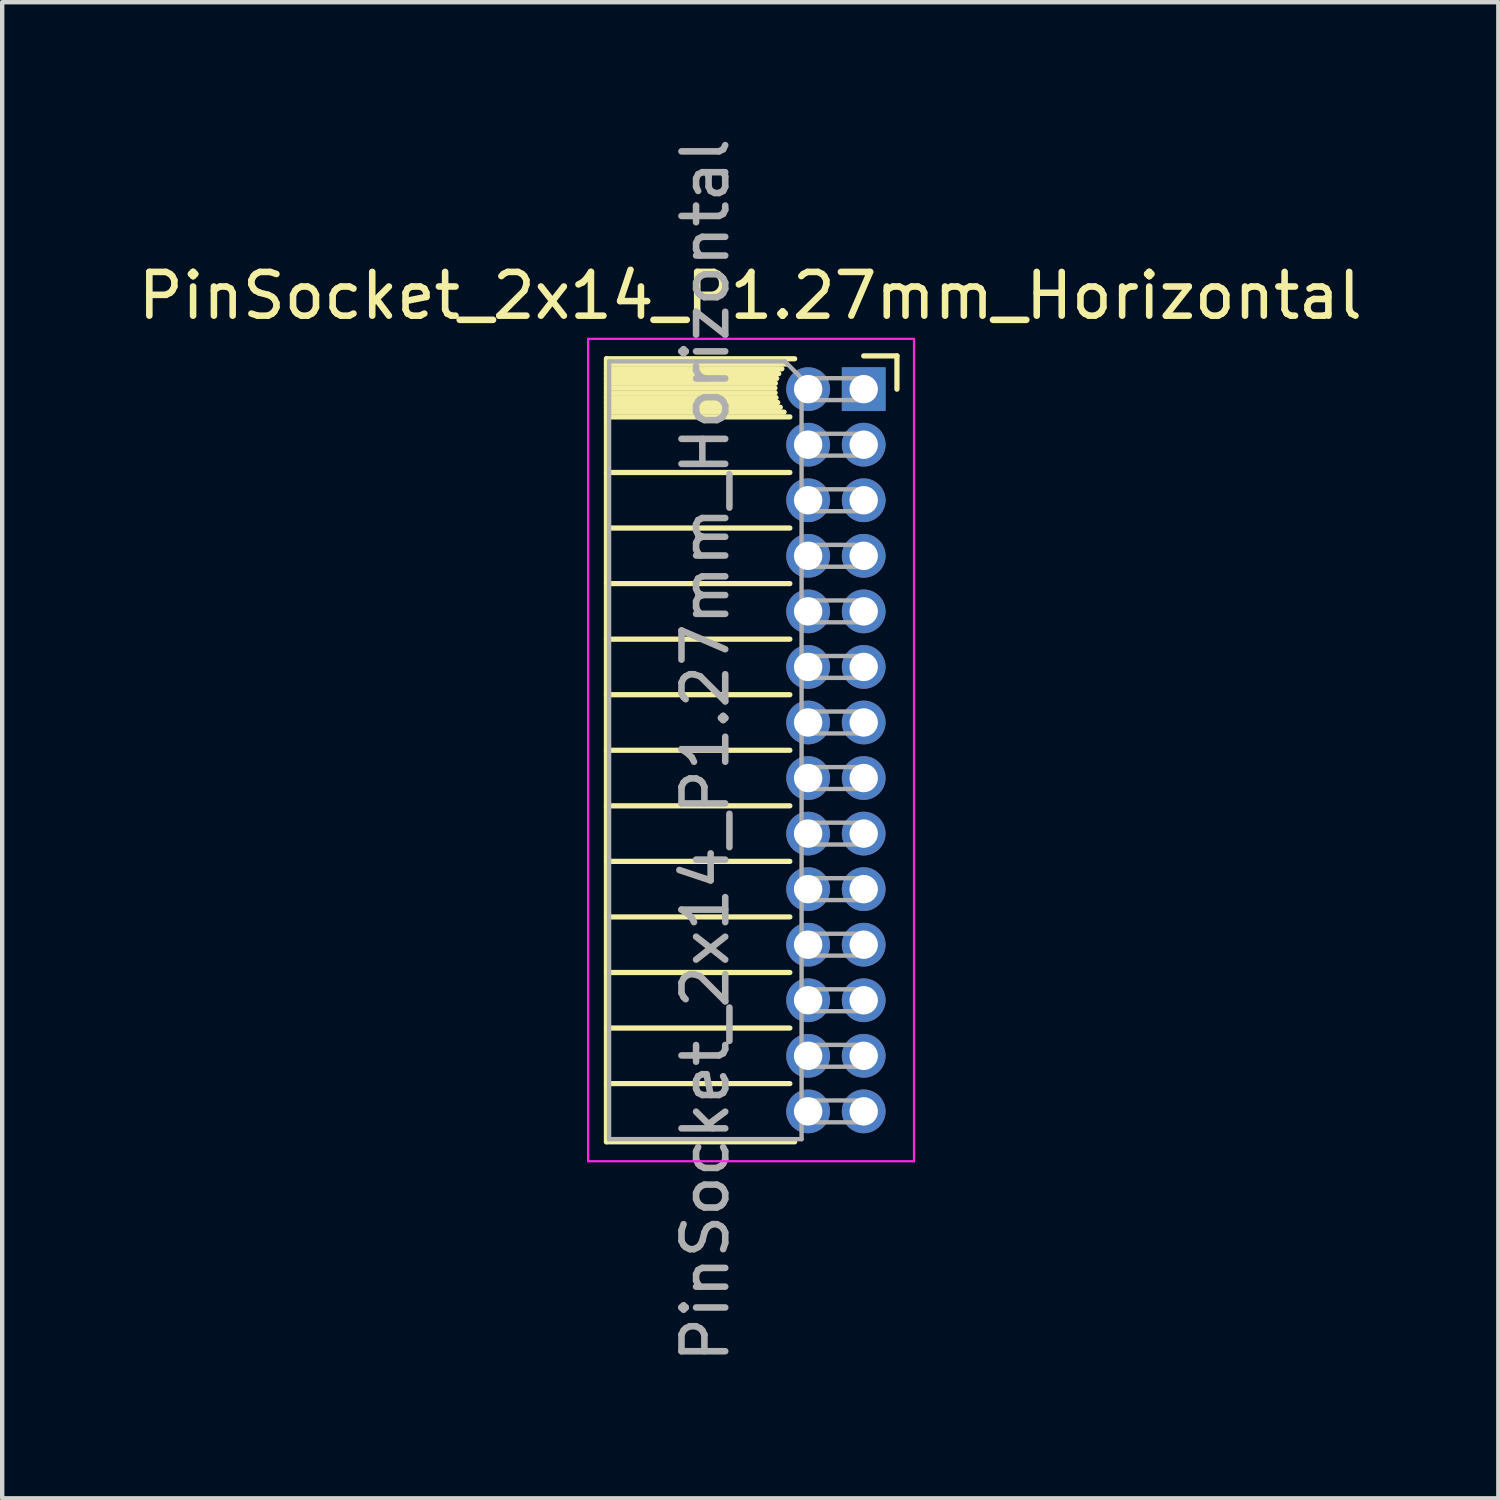
<source format=kicad_pcb>
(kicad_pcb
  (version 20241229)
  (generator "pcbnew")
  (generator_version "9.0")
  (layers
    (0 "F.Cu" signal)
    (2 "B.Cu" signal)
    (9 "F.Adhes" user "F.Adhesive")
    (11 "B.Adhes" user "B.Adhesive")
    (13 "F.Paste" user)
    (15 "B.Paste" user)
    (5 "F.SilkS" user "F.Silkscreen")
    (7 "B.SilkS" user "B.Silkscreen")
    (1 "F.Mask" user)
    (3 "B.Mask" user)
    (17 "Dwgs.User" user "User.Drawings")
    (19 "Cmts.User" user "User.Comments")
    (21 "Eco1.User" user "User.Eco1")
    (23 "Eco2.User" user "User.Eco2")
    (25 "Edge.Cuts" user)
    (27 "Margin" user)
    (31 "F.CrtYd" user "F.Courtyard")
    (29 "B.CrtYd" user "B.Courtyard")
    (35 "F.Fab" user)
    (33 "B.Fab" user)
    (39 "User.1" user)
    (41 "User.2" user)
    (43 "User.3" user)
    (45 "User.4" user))
  (footprint "PinSocket_2x14_P1.27mm_Horizontal"
    (layer "F.Cu")
    (at 16.694 5.846)
    (property "Reference" "PinSocket_2x14_P1.27mm_Horizontal" (at -2.592 -2.135 0) (layer "F.SilkS") (effects (font (size 1 1) (thickness 0.15))))
    (attr through_hole)
    (fp_line (start -5.88 -0.695) (end -5.88 17.205) (stroke (width 0.12) (type solid)) (layer "F.SilkS"))
    (fp_line (start -5.88 -0.695) (end -1.578 -0.695) (stroke (width 0.12) (type solid)) (layer "F.SilkS"))
    (fp_line (start -5.88 -0.575) (end -1.767 -0.575) (stroke (width 0.12) (type solid)) (layer "F.SilkS"))
    (fp_line (start -5.88 -0.465) (end -1.871 -0.465) (stroke (width 0.12) (type solid)) (layer "F.SilkS"))
    (fp_line (start -5.88 -0.355) (end -1.942 -0.355) (stroke (width 0.12) (type solid)) (layer "F.SilkS"))
    (fp_line (start -5.88 -0.245) (end -1.989 -0.245) (stroke (width 0.12) (type solid)) (layer "F.SilkS"))
    (fp_line (start -5.88 -0.135) (end -2.018 -0.135) (stroke (width 0.12) (type solid)) (layer "F.SilkS"))
    (fp_line (start -5.88 -0.025) (end -2.03 -0.025) (stroke (width 0.12) (type solid)) (layer "F.SilkS"))
    (fp_line (start -5.88 0.085) (end -2.025 0.085) (stroke (width 0.12) (type solid)) (layer "F.SilkS"))
    (fp_line (start -5.88 0.195) (end -2.005 0.195) (stroke (width 0.12) (type solid)) (layer "F.SilkS"))
    (fp_line (start -5.88 0.305) (end -1.966 0.305) (stroke (width 0.12) (type solid)) (layer "F.SilkS"))
    (fp_line (start -5.88 0.415) (end -1.907 0.415) (stroke (width 0.12) (type solid)) (layer "F.SilkS"))
    (fp_line (start -5.88 0.525) (end -1.82 0.525) (stroke (width 0.12) (type solid)) (layer "F.SilkS"))
    (fp_line (start -5.88 0.635) (end -1.688 0.635) (stroke (width 0.12) (type solid)) (layer "F.SilkS"))
    (fp_line (start -5.88 1.905) (end -1.688 1.905) (stroke (width 0.12) (type solid)) (layer "F.SilkS"))
    (fp_line (start -5.88 3.175) (end -1.688 3.175) (stroke (width 0.12) (type solid)) (layer "F.SilkS"))
    (fp_line (start -5.88 4.445) (end -1.688 4.445) (stroke (width 0.12) (type solid)) (layer "F.SilkS"))
    (fp_line (start -5.88 5.715) (end -1.688 5.715) (stroke (width 0.12) (type solid)) (layer "F.SilkS"))
    (fp_line (start -5.88 6.985) (end -1.688 6.985) (stroke (width 0.12) (type solid)) (layer "F.SilkS"))
    (fp_line (start -5.88 8.255) (end -1.688 8.255) (stroke (width 0.12) (type solid)) (layer "F.SilkS"))
    (fp_line (start -5.88 9.525) (end -1.688 9.525) (stroke (width 0.12) (type solid)) (layer "F.SilkS"))
    (fp_line (start -5.88 10.795) (end -1.688 10.795) (stroke (width 0.12) (type solid)) (layer "F.SilkS"))
    (fp_line (start -5.88 12.065) (end -1.688 12.065) (stroke (width 0.12) (type solid)) (layer "F.SilkS"))
    (fp_line (start -5.88 13.335) (end -1.688 13.335) (stroke (width 0.12) (type solid)) (layer "F.SilkS"))
    (fp_line (start -5.88 14.605) (end -1.688 14.605) (stroke (width 0.12) (type solid)) (layer "F.SilkS"))
    (fp_line (start -5.88 15.875) (end -1.688 15.875) (stroke (width 0.12) (type solid)) (layer "F.SilkS"))
    (fp_line (start -5.88 17.205) (end -1.578 17.205) (stroke (width 0.12) (type solid)) (layer "F.SilkS"))
    (fp_line (start 0 -0.76) (end 0.76 -0.76) (stroke (width 0.12) (type solid)) (layer "F.SilkS"))
    (fp_line (start 0.76 -0.76) (end 0.76 0) (stroke (width 0.12) (type solid)) (layer "F.SilkS"))
    (fp_line (start -6.3 -1.15) (end -6.3 17.65) (stroke (width 0.05) (type solid)) (layer "F.CrtYd"))
    (fp_line (start -6.3 17.65) (end 1.15 17.65) (stroke (width 0.05) (type solid)) (layer "F.CrtYd"))
    (fp_line (start 1.15 -1.15) (end -6.3 -1.15) (stroke (width 0.05) (type solid)) (layer "F.CrtYd"))
    (fp_line (start 1.15 17.65) (end 1.15 -1.15) (stroke (width 0.05) (type solid)) (layer "F.CrtYd"))
    (fp_line (start -5.82 -0.635) (end -1.805 -0.635) (stroke (width 0.1) (type solid)) (layer "F.Fab"))
    (fp_line (start -5.82 17.145) (end -5.82 -0.635) (stroke (width 0.1) (type solid)) (layer "F.Fab"))
    (fp_line (start -1.805 -0.635) (end -1.42 -0.25) (stroke (width 0.1) (type solid)) (layer "F.Fab"))
    (fp_line (start -1.42 -0.25) (end -1.42 17.145) (stroke (width 0.1) (type solid)) (layer "F.Fab"))
    (fp_line (start -1.42 0.25) (end 0 0.25) (stroke (width 0.1) (type solid)) (layer "F.Fab"))
    (fp_line (start -1.42 1.52) (end 0 1.52) (stroke (width 0.1) (type solid)) (layer "F.Fab"))
    (fp_line (start -1.42 2.79) (end 0 2.79) (stroke (width 0.1) (type solid)) (layer "F.Fab"))
    (fp_line (start -1.42 4.06) (end 0 4.06) (stroke (width 0.1) (type solid)) (layer "F.Fab"))
    (fp_line (start -1.42 5.33) (end 0 5.33) (stroke (width 0.1) (type solid)) (layer "F.Fab"))
    (fp_line (start -1.42 6.6) (end 0 6.6) (stroke (width 0.1) (type solid)) (layer "F.Fab"))
    (fp_line (start -1.42 7.87) (end 0 7.87) (stroke (width 0.1) (type solid)) (layer "F.Fab"))
    (fp_line (start -1.42 9.14) (end 0 9.14) (stroke (width 0.1) (type solid)) (layer "F.Fab"))
    (fp_line (start -1.42 10.41) (end 0 10.41) (stroke (width 0.1) (type solid)) (layer "F.Fab"))
    (fp_line (start -1.42 11.68) (end 0 11.68) (stroke (width 0.1) (type solid)) (layer "F.Fab"))
    (fp_line (start -1.42 12.95) (end 0 12.95) (stroke (width 0.1) (type solid)) (layer "F.Fab"))
    (fp_line (start -1.42 14.22) (end 0 14.22) (stroke (width 0.1) (type solid)) (layer "F.Fab"))
    (fp_line (start -1.42 15.49) (end 0 15.49) (stroke (width 0.1) (type solid)) (layer "F.Fab"))
    (fp_line (start -1.42 16.76) (end 0 16.76) (stroke (width 0.1) (type solid)) (layer "F.Fab"))
    (fp_line (start -1.42 17.145) (end -5.82 17.145) (stroke (width 0.1) (type solid)) (layer "F.Fab"))
    (fp_line (start 0 -0.25) (end -1.42 -0.25) (stroke (width 0.1) (type solid)) (layer "F.Fab"))
    (fp_line (start 0 0.25) (end 0 -0.25) (stroke (width 0.1) (type solid)) (layer "F.Fab"))
    (fp_line (start 0 1.02) (end -1.42 1.02) (stroke (width 0.1) (type solid)) (layer "F.Fab"))
    (fp_line (start 0 1.52) (end 0 1.02) (stroke (width 0.1) (type solid)) (layer "F.Fab"))
    (fp_line (start 0 2.29) (end -1.42 2.29) (stroke (width 0.1) (type solid)) (layer "F.Fab"))
    (fp_line (start 0 2.79) (end 0 2.29) (stroke (width 0.1) (type solid)) (layer "F.Fab"))
    (fp_line (start 0 3.56) (end -1.42 3.56) (stroke (width 0.1) (type solid)) (layer "F.Fab"))
    (fp_line (start 0 4.06) (end 0 3.56) (stroke (width 0.1) (type solid)) (layer "F.Fab"))
    (fp_line (start 0 4.83) (end -1.42 4.83) (stroke (width 0.1) (type solid)) (layer "F.Fab"))
    (fp_line (start 0 5.33) (end 0 4.83) (stroke (width 0.1) (type solid)) (layer "F.Fab"))
    (fp_line (start 0 6.1) (end -1.42 6.1) (stroke (width 0.1) (type solid)) (layer "F.Fab"))
    (fp_line (start 0 6.6) (end 0 6.1) (stroke (width 0.1) (type solid)) (layer "F.Fab"))
    (fp_line (start 0 7.37) (end -1.42 7.37) (stroke (width 0.1) (type solid)) (layer "F.Fab"))
    (fp_line (start 0 7.87) (end 0 7.37) (stroke (width 0.1) (type solid)) (layer "F.Fab"))
    (fp_line (start 0 8.64) (end -1.42 8.64) (stroke (width 0.1) (type solid)) (layer "F.Fab"))
    (fp_line (start 0 9.14) (end 0 8.64) (stroke (width 0.1) (type solid)) (layer "F.Fab"))
    (fp_line (start 0 9.91) (end -1.42 9.91) (stroke (width 0.1) (type solid)) (layer "F.Fab"))
    (fp_line (start 0 10.41) (end 0 9.91) (stroke (width 0.1) (type solid)) (layer "F.Fab"))
    (fp_line (start 0 11.18) (end -1.42 11.18) (stroke (width 0.1) (type solid)) (layer "F.Fab"))
    (fp_line (start 0 11.68) (end 0 11.18) (stroke (width 0.1) (type solid)) (layer "F.Fab"))
    (fp_line (start 0 12.45) (end -1.42 12.45) (stroke (width 0.1) (type solid)) (layer "F.Fab"))
    (fp_line (start 0 12.95) (end 0 12.45) (stroke (width 0.1) (type solid)) (layer "F.Fab"))
    (fp_line (start 0 13.72) (end -1.42 13.72) (stroke (width 0.1) (type solid)) (layer "F.Fab"))
    (fp_line (start 0 14.22) (end 0 13.72) (stroke (width 0.1) (type solid)) (layer "F.Fab"))
    (fp_line (start 0 14.99) (end -1.42 14.99) (stroke (width 0.1) (type solid)) (layer "F.Fab"))
    (fp_line (start 0 15.49) (end 0 14.99) (stroke (width 0.1) (type solid)) (layer "F.Fab"))
    (fp_line (start 0 16.26) (end -1.42 16.26) (stroke (width 0.1) (type solid)) (layer "F.Fab"))
    (fp_line (start 0 16.76) (end 0 16.26) (stroke (width 0.1) (type solid)) (layer "F.Fab"))
    (fp_text user "${REFERENCE}" (at -3.62 8.255 90) (layer "F.Fab") (effects (font (size 1 1) (thickness 0.15))))
    (pad "1" thru_hole rect (at 0 0) (size 1 1) (drill 0.65) (layers "*.Cu" "*.Mask"))
    (pad "2" thru_hole circle (at -1.27 0) (size 1 1) (drill 0.65) (layers "*.Cu" "*.Mask"))
    (pad "3" thru_hole circle (at 0 1.27) (size 1 1) (drill 0.65) (layers "*.Cu" "*.Mask"))
    (pad "4" thru_hole circle (at -1.27 1.27) (size 1 1) (drill 0.65) (layers "*.Cu" "*.Mask"))
    (pad "5" thru_hole circle (at 0 2.54) (size 1 1) (drill 0.65) (layers "*.Cu" "*.Mask"))
    (pad "6" thru_hole circle (at -1.27 2.54) (size 1 1) (drill 0.65) (layers "*.Cu" "*.Mask"))
    (pad "7" thru_hole circle (at 0 3.81) (size 1 1) (drill 0.65) (layers "*.Cu" "*.Mask"))
    (pad "8" thru_hole circle (at -1.27 3.81) (size 1 1) (drill 0.65) (layers "*.Cu" "*.Mask"))
    (pad "9" thru_hole circle (at 0 5.08) (size 1 1) (drill 0.65) (layers "*.Cu" "*.Mask"))
    (pad "10" thru_hole circle (at -1.27 5.08) (size 1 1) (drill 0.65) (layers "*.Cu" "*.Mask"))
    (pad "11" thru_hole circle (at 0 6.35) (size 1 1) (drill 0.65) (layers "*.Cu" "*.Mask"))
    (pad "12" thru_hole circle (at -1.27 6.35) (size 1 1) (drill 0.65) (layers "*.Cu" "*.Mask"))
    (pad "13" thru_hole circle (at 0 7.62) (size 1 1) (drill 0.65) (layers "*.Cu" "*.Mask"))
    (pad "14" thru_hole circle (at -1.27 7.62) (size 1 1) (drill 0.65) (layers "*.Cu" "*.Mask"))
    (pad "15" thru_hole circle (at 0 8.89) (size 1 1) (drill 0.65) (layers "*.Cu" "*.Mask"))
    (pad "16" thru_hole circle (at -1.27 8.89) (size 1 1) (drill 0.65) (layers "*.Cu" "*.Mask"))
    (pad "17" thru_hole circle (at 0 10.16) (size 1 1) (drill 0.65) (layers "*.Cu" "*.Mask"))
    (pad "18" thru_hole circle (at -1.27 10.16) (size 1 1) (drill 0.65) (layers "*.Cu" "*.Mask"))
    (pad "19" thru_hole circle (at 0 11.43) (size 1 1) (drill 0.65) (layers "*.Cu" "*.Mask"))
    (pad "20" thru_hole circle (at -1.27 11.43) (size 1 1) (drill 0.65) (layers "*.Cu" "*.Mask"))
    (pad "21" thru_hole circle (at 0 12.7) (size 1 1) (drill 0.65) (layers "*.Cu" "*.Mask"))
    (pad "22" thru_hole circle (at -1.27 12.7) (size 1 1) (drill 0.65) (layers "*.Cu" "*.Mask"))
    (pad "23" thru_hole circle (at 0 13.97) (size 1 1) (drill 0.65) (layers "*.Cu" "*.Mask"))
    (pad "24" thru_hole circle (at -1.27 13.97) (size 1 1) (drill 0.65) (layers "*.Cu" "*.Mask"))
    (pad "25" thru_hole circle (at 0 15.24) (size 1 1) (drill 0.65) (layers "*.Cu" "*.Mask"))
    (pad "26" thru_hole circle (at -1.27 15.24) (size 1 1) (drill 0.65) (layers "*.Cu" "*.Mask"))
    (pad "27" thru_hole circle (at 0 16.51) (size 1 1) (drill 0.65) (layers "*.Cu" "*.Mask"))
    (pad "28" thru_hole circle (at -1.27 16.51) (size 1 1) (drill 0.65) (layers "*.Cu" "*.Mask")))
  (gr_rect
    (start -3 -3)
    (end 31.202 31.202)
    (stroke (width 0.1) (type default))
    (fill no)
    (layer "Edge.Cuts")))
</source>
